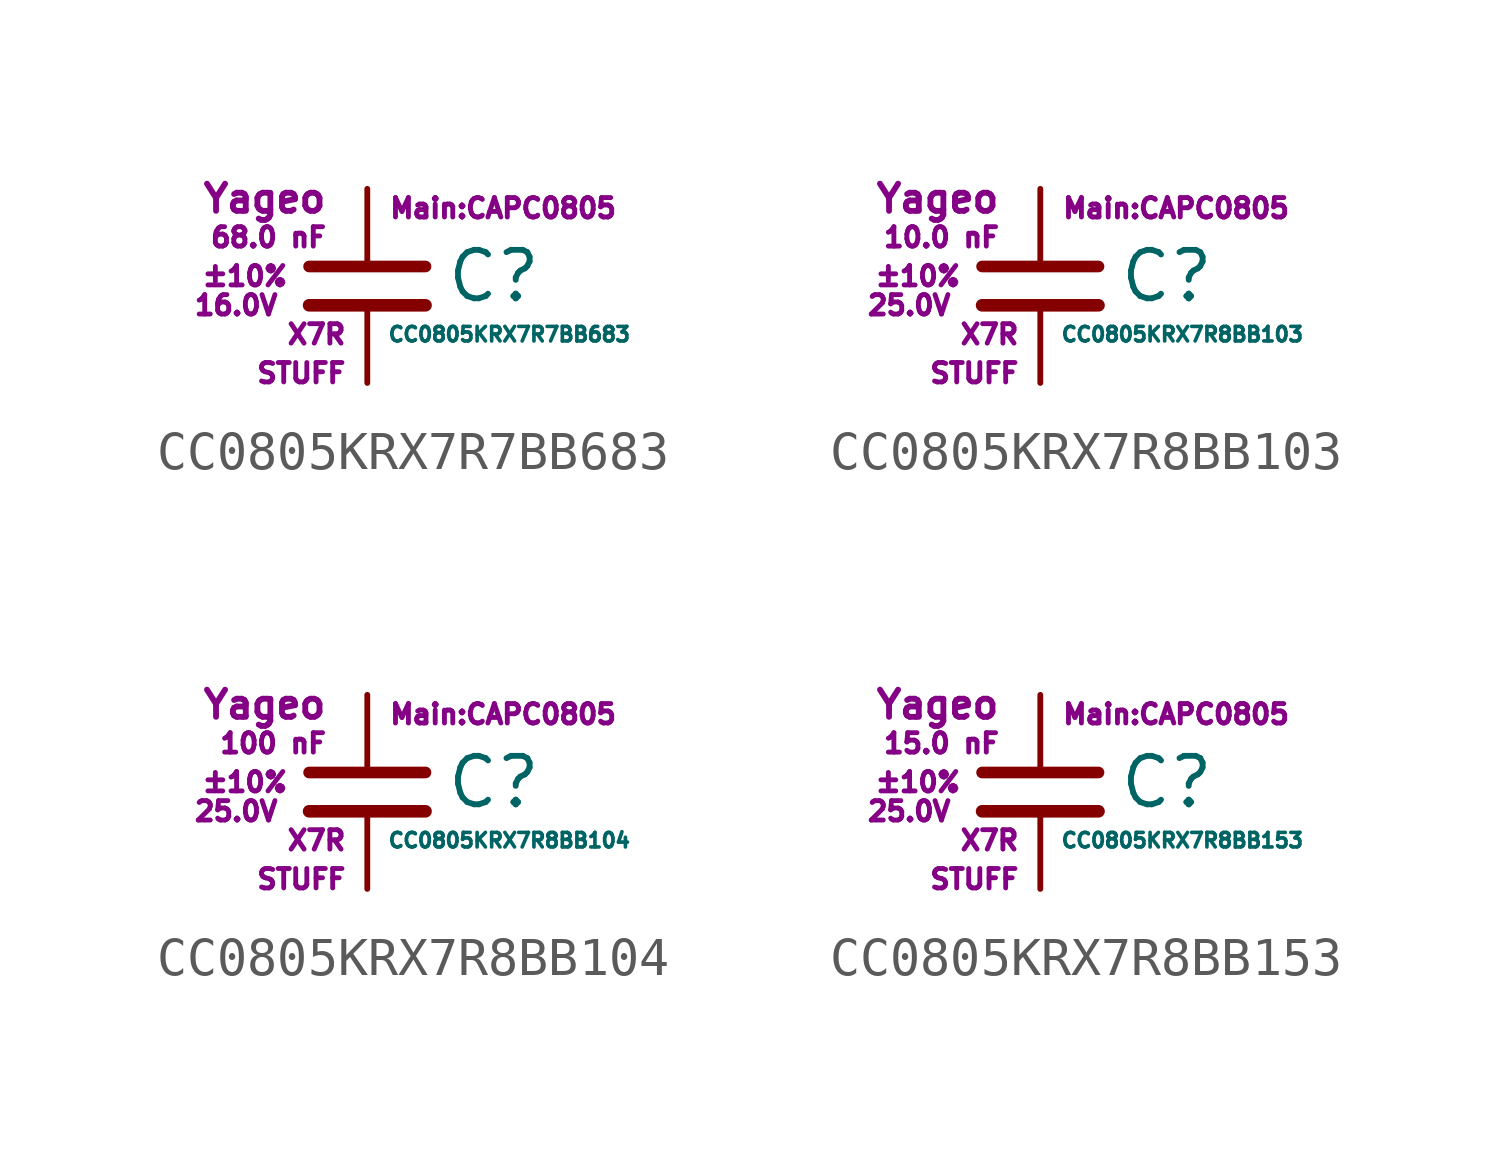
<source format=kicad_sym>
(kicad_symbol_lib
  (version 20211014)
  (generator kicad_symbol_editor)
  (symbol "CC0805KRX7R7BB683"
    (pin_numbers hide)
    (pin_names
      (offset 0.254) hide)
    (property "Reference" "C"
      (at 2.032 0.254 0)
      (effects (font (size 1.27 1.27)) (justify left)))
    (property "Value" "CC0805KRX7R7BB683"
      (at 0.508 -1.27 0)
      (effects (font (size 0.381 0.381)) (justify left)))
    (property "Footprint" "Main:CAPC0805"
      (at 3.556 2.032 0)
      (effects (font (size 0.508 0.508))))
    (property "Datasheet" ""
      (at 0.762 0.508 0)
      (effects (font (size 1.27 1.27))))
    (property "Manufacturer" "Yageo"
      (at -1.016 2.286 0)
      (effects (font (size 0.711 0.711)) (justify right)))
    (property "SKU" "STUFF"
      (at -0.508 -2.286 0)
      (effects (font (size 0.508 0.508)) (justify right)))
    (property "C" "68.0 nF"
      (at -1.016 1.27 0)
      (effects (font (size 0.508 0.508)) (justify right)))
    (property "Tol" "±10%"
      (at -2.032 0.254 0)
      (effects (font (size 0.508 0.508)) (justify right)))
    (property "Vmax" "16.0V"
      (at -2.286 -0.508 0)
      (effects (font (size 0.508 0.508)) (justify right)))
    (property "Type" "X7R"
      (at -0.508 -1.27 0)
      (effects (font (size 0.508 0.508)) (justify right)))
    (symbol "CC0805KRX7R7BB683_0_1"
      (polyline (pts (xy -1.524 -0.508) (xy 1.524 -0.508)) (stroke (width 0.33) (type default) (color 0 0 0 0)) (fill (type none)))
      (polyline (pts (xy -1.524 0.508) (xy 1.524 0.508)) (stroke (width 0.305) (type default) (color 0 0 0 0)) (fill (type none))))
    (symbol "CC0805KRX7R7BB683_1_1"
      (pin passive line (at 0 2.54 270) (length 1.905) (name "~" (effects (font (size 1.016 1.016)))) (number "1" (effects (font (size 1.016 1.016)))))
      (pin passive line (at 0 -2.54 90) (length 2.032) (name "~" (effects (font (size 1.016 1.016)))) (number "2" (effects (font (size 1.016 1.016)))))))
  (symbol "CC0805KRX7R8BB103"
    (pin_numbers hide)
    (pin_names
      (offset 0.254) hide)
    (property "Reference" "C"
      (at 2.032 0.254 0)
      (effects (font (size 1.27 1.27)) (justify left)))
    (property "Value" "CC0805KRX7R8BB103"
      (at 0.508 -1.27 0)
      (effects (font (size 0.381 0.381)) (justify left)))
    (property "Footprint" "Main:CAPC0805"
      (at 3.556 2.032 0)
      (effects (font (size 0.508 0.508))))
    (property "Datasheet" ""
      (at 0.762 0.508 0)
      (effects (font (size 1.27 1.27))))
    (property "Manufacturer" "Yageo"
      (at -1.016 2.286 0)
      (effects (font (size 0.711 0.711)) (justify right)))
    (property "SKU" "STUFF"
      (at -0.508 -2.286 0)
      (effects (font (size 0.508 0.508)) (justify right)))
    (property "C" "10.0 nF"
      (at -1.016 1.27 0)
      (effects (font (size 0.508 0.508)) (justify right)))
    (property "Tol" "±10%"
      (at -2.032 0.254 0)
      (effects (font (size 0.508 0.508)) (justify right)))
    (property "Vmax" "25.0V"
      (at -2.286 -0.508 0)
      (effects (font (size 0.508 0.508)) (justify right)))
    (property "Type" "X7R"
      (at -0.508 -1.27 0)
      (effects (font (size 0.508 0.508)) (justify right)))
    (symbol "CC0805KRX7R8BB103_0_1"
      (polyline (pts (xy -1.524 -0.508) (xy 1.524 -0.508)) (stroke (width 0.33) (type default) (color 0 0 0 0)) (fill (type none)))
      (polyline (pts (xy -1.524 0.508) (xy 1.524 0.508)) (stroke (width 0.305) (type default) (color 0 0 0 0)) (fill (type none))))
    (symbol "CC0805KRX7R8BB103_1_1"
      (pin passive line (at 0 2.54 270) (length 1.905) (name "~" (effects (font (size 1.016 1.016)))) (number "1" (effects (font (size 1.016 1.016)))))
      (pin passive line (at 0 -2.54 90) (length 2.032) (name "~" (effects (font (size 1.016 1.016)))) (number "2" (effects (font (size 1.016 1.016)))))))
  (symbol "CC0805KRX7R8BB104"
    (pin_numbers hide)
    (pin_names
      (offset 0.254) hide)
    (property "Reference" "C"
      (at 2.032 0.254 0)
      (effects (font (size 1.27 1.27)) (justify left)))
    (property "Value" "CC0805KRX7R8BB104"
      (at 0.508 -1.27 0)
      (effects (font (size 0.381 0.381)) (justify left)))
    (property "Footprint" "Main:CAPC0805"
      (at 3.556 2.032 0)
      (effects (font (size 0.508 0.508))))
    (property "Datasheet" ""
      (at 0.762 0.508 0)
      (effects (font (size 1.27 1.27))))
    (property "Manufacturer" "Yageo"
      (at -1.016 2.286 0)
      (effects (font (size 0.711 0.711)) (justify right)))
    (property "SKU" "STUFF"
      (at -0.508 -2.286 0)
      (effects (font (size 0.508 0.508)) (justify right)))
    (property "C" "100 nF"
      (at -1.016 1.27 0)
      (effects (font (size 0.508 0.508)) (justify right)))
    (property "Tol" "±10%"
      (at -2.032 0.254 0)
      (effects (font (size 0.508 0.508)) (justify right)))
    (property "Vmax" "25.0V"
      (at -2.286 -0.508 0)
      (effects (font (size 0.508 0.508)) (justify right)))
    (property "Type" "X7R"
      (at -0.508 -1.27 0)
      (effects (font (size 0.508 0.508)) (justify right)))
    (symbol "CC0805KRX7R8BB104_0_1"
      (polyline (pts (xy -1.524 -0.508) (xy 1.524 -0.508)) (stroke (width 0.33) (type default) (color 0 0 0 0)) (fill (type none)))
      (polyline (pts (xy -1.524 0.508) (xy 1.524 0.508)) (stroke (width 0.305) (type default) (color 0 0 0 0)) (fill (type none))))
    (symbol "CC0805KRX7R8BB104_1_1"
      (pin passive line (at 0 2.54 270) (length 1.905) (name "~" (effects (font (size 1.016 1.016)))) (number "1" (effects (font (size 1.016 1.016)))))
      (pin passive line (at 0 -2.54 90) (length 2.032) (name "~" (effects (font (size 1.016 1.016)))) (number "2" (effects (font (size 1.016 1.016)))))))
  (symbol "CC0805KRX7R8BB153"
    (pin_numbers hide)
    (pin_names
      (offset 0.254) hide)
    (property "Reference" "C"
      (at 2.032 0.254 0)
      (effects (font (size 1.27 1.27)) (justify left)))
    (property "Value" "CC0805KRX7R8BB153"
      (at 0.508 -1.27 0)
      (effects (font (size 0.381 0.381)) (justify left)))
    (property "Footprint" "Main:CAPC0805"
      (at 3.556 2.032 0)
      (effects (font (size 0.508 0.508))))
    (property "Datasheet" ""
      (at 0.762 0.508 0)
      (effects (font (size 1.27 1.27))))
    (property "Manufacturer" "Yageo"
      (at -1.016 2.286 0)
      (effects (font (size 0.711 0.711)) (justify right)))
    (property "SKU" "STUFF"
      (at -0.508 -2.286 0)
      (effects (font (size 0.508 0.508)) (justify right)))
    (property "C" "15.0 nF"
      (at -1.016 1.27 0)
      (effects (font (size 0.508 0.508)) (justify right)))
    (property "Tol" "±10%"
      (at -2.032 0.254 0)
      (effects (font (size 0.508 0.508)) (justify right)))
    (property "Vmax" "25.0V"
      (at -2.286 -0.508 0)
      (effects (font (size 0.508 0.508)) (justify right)))
    (property "Type" "X7R"
      (at -0.508 -1.27 0)
      (effects (font (size 0.508 0.508)) (justify right)))
    (symbol "CC0805KRX7R8BB153_0_1"
      (polyline (pts (xy -1.524 -0.508) (xy 1.524 -0.508)) (stroke (width 0.33) (type default) (color 0 0 0 0)) (fill (type none)))
      (polyline (pts (xy -1.524 0.508) (xy 1.524 0.508)) (stroke (width 0.305) (type default) (color 0 0 0 0)) (fill (type none))))
    (symbol "CC0805KRX7R8BB153_1_1"
      (pin passive line (at 0 2.54 270) (length 1.905) (name "~" (effects (font (size 1.016 1.016)))) (number "1" (effects (font (size 1.016 1.016)))))
      (pin passive line (at 0 -2.54 90) (length 2.032) (name "~" (effects (font (size 1.016 1.016)))) (number "2" (effects (font (size 1.016 1.016))))))))
</source>
